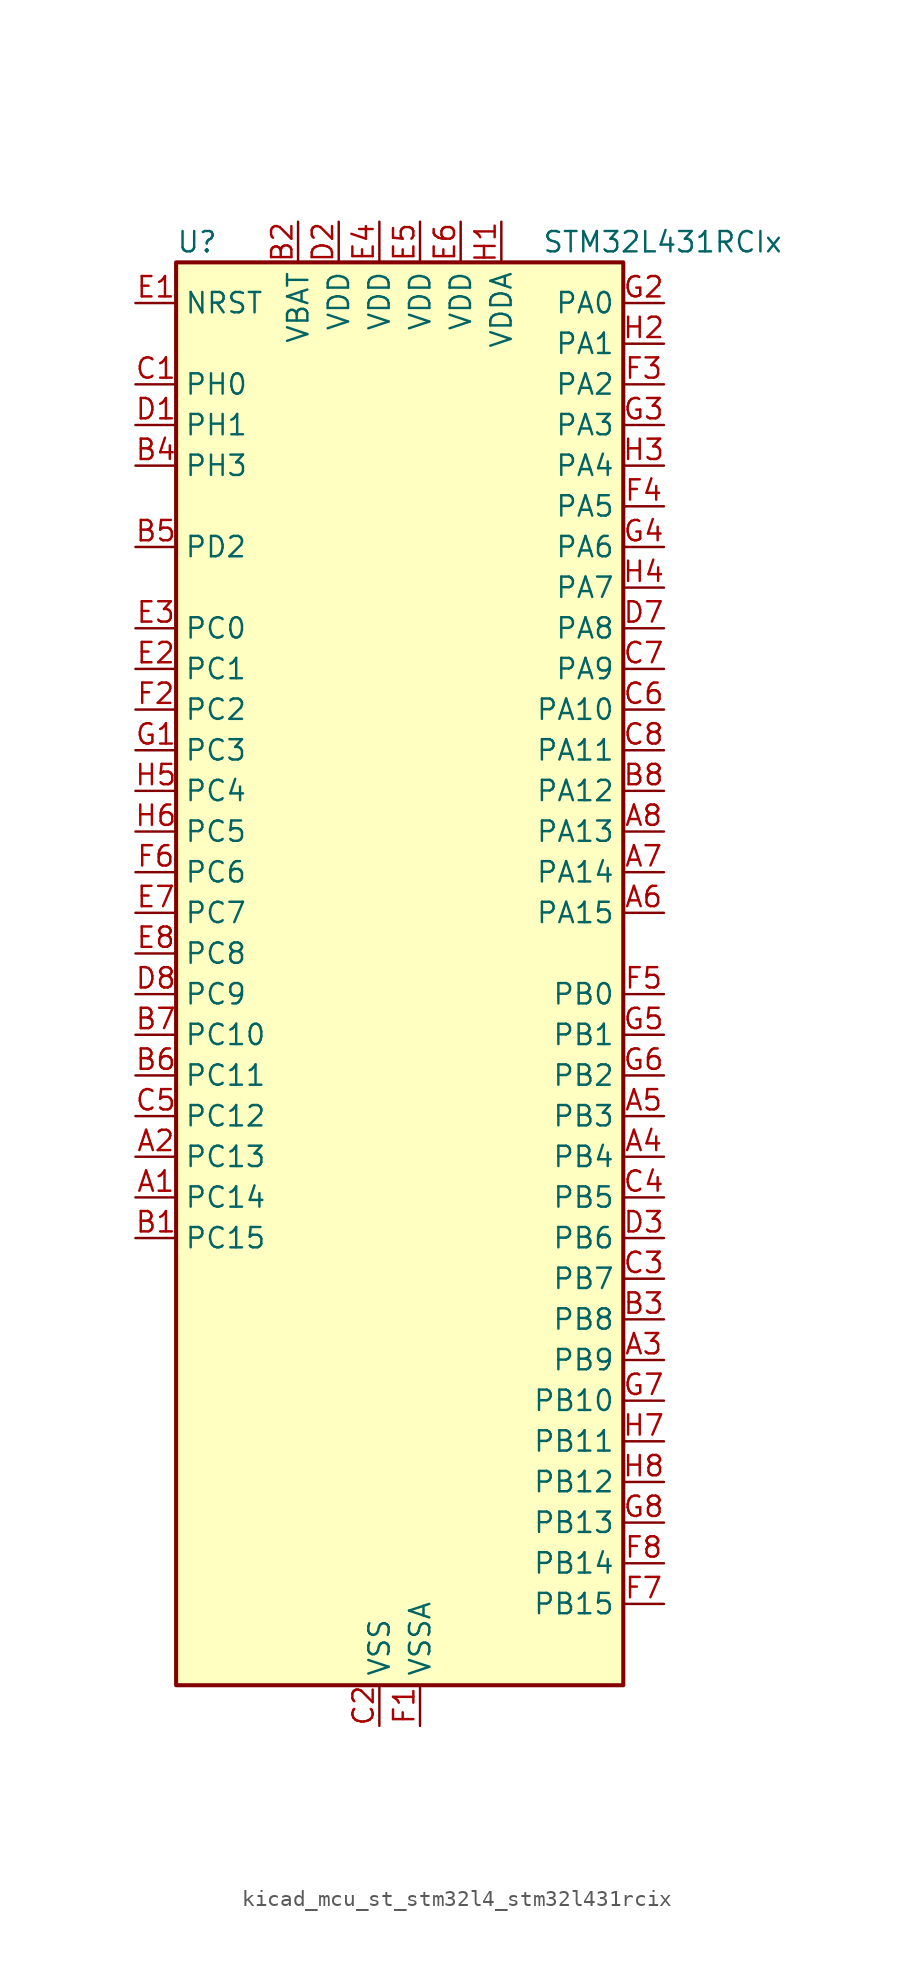
<source format=kicad_sym>
(kicad_symbol_lib
  (version 20220914)
  (generator kicad_symbol_editor)
  (symbol "kicad_mcu_st_stm32l4_stm32l431rcix"
    (property "Reference" "U"
      (at -12.7 46.99 0)
      (effects (font (size 1.27 1.27)) (justify left)))
    (property "Value" "STM32L431RCIx"
      (at 10.16 46.99 0)
      (effects (font (size 1.27 1.27)) (justify left)))
    (property "ki_locked" ""
      (at 0 0 0)
      (effects (font (size 1.27 1.27))))
    (symbol "kicad_mcu_st_stm32l4_stm32l431rcix_0_1"
      (rectangle (start -12.7 -43.18) (end 15.24 45.72) (stroke (width 0.254) (type default)) (fill (type background))))
    (symbol "kicad_mcu_st_stm32l4_stm32l431rcix_1_1"
      (pin bidirectional line (at -15.24 -12.7 0) (length 2.54) (name "PC14" (effects (font (size 1.27 1.27)))) (number "A1" (effects (font (size 1.27 1.27)))) (alternate "RCC_OSC32_IN" bidirectional line))
      (pin bidirectional line (at -15.24 -10.16 0) (length 2.54) (name "PC13" (effects (font (size 1.27 1.27)))) (number "A2" (effects (font (size 1.27 1.27)))) (alternate "RTC_OUT_ALARM" bidirectional line) (alternate "RTC_OUT_CALIB" bidirectional line) (alternate "RTC_TAMP1" bidirectional line) (alternate "RTC_TS" bidirectional line) (alternate "SYS_WKUP2" bidirectional line))
      (pin bidirectional line (at 17.78 -22.86 180) (length 2.54) (name "PB9" (effects (font (size 1.27 1.27)))) (number "A3" (effects (font (size 1.27 1.27)))) (alternate "CAN1_TX" bidirectional line) (alternate "DAC1_EXTI9" bidirectional line) (alternate "I2C1_SDA" bidirectional line) (alternate "IR_OUT" bidirectional line) (alternate "SAI1_FS_A" bidirectional line) (alternate "SDMMC1_D5" bidirectional line) (alternate "SPI2_NSS" bidirectional line))
      (pin bidirectional line (at 17.78 -10.16 180) (length 2.54) (name "PB4" (effects (font (size 1.27 1.27)))) (number "A4" (effects (font (size 1.27 1.27)))) (alternate "COMP2_INP" bidirectional line) (alternate "I2C3_SDA" bidirectional line) (alternate "SAI1_MCLK_B" bidirectional line) (alternate "SPI1_MISO" bidirectional line) (alternate "SPI3_MISO" bidirectional line) (alternate "SYS_JTRST" bidirectional line) (alternate "TSC_G2_IO1" bidirectional line) (alternate "USART1_CTS" bidirectional line))
      (pin bidirectional line (at 17.78 -7.62 180) (length 2.54) (name "PB3" (effects (font (size 1.27 1.27)))) (number "A5" (effects (font (size 1.27 1.27)))) (alternate "COMP2_INM" bidirectional line) (alternate "SAI1_SCK_B" bidirectional line) (alternate "SPI1_SCK" bidirectional line) (alternate "SPI3_SCK" bidirectional line) (alternate "SYS_JTDO-SWO" bidirectional line) (alternate "TIM2_CH2" bidirectional line) (alternate "USART1_DE" bidirectional line) (alternate "USART1_RTS" bidirectional line))
      (pin bidirectional line (at 17.78 5.08 180) (length 2.54) (name "PA15" (effects (font (size 1.27 1.27)))) (number "A6" (effects (font (size 1.27 1.27)))) (alternate "ADC1_EXTI15" bidirectional line) (alternate "SPI1_NSS" bidirectional line) (alternate "SPI3_NSS" bidirectional line) (alternate "SWPMI1_SUSPEND" bidirectional line) (alternate "SYS_JTDI" bidirectional line) (alternate "TIM2_CH1" bidirectional line) (alternate "TIM2_ETR" bidirectional line) (alternate "TSC_G3_IO1" bidirectional line) (alternate "USART2_RX" bidirectional line) (alternate "USART3_DE" bidirectional line) (alternate "USART3_RTS" bidirectional line))
      (pin bidirectional line (at 17.78 7.62 180) (length 2.54) (name "PA14" (effects (font (size 1.27 1.27)))) (number "A7" (effects (font (size 1.27 1.27)))) (alternate "I2C1_SMBA" bidirectional line) (alternate "LPTIM1_OUT" bidirectional line) (alternate "SAI1_FS_B" bidirectional line) (alternate "SWPMI1_RX" bidirectional line) (alternate "SYS_JTCK-SWCLK" bidirectional line))
      (pin bidirectional line (at 17.78 10.16 180) (length 2.54) (name "PA13" (effects (font (size 1.27 1.27)))) (number "A8" (effects (font (size 1.27 1.27)))) (alternate "IR_OUT" bidirectional line) (alternate "SAI1_SD_B" bidirectional line) (alternate "SWPMI1_TX" bidirectional line) (alternate "SYS_JTMS-SWDIO" bidirectional line))
      (pin bidirectional line (at -15.24 -15.24 0) (length 2.54) (name "PC15" (effects (font (size 1.27 1.27)))) (number "B1" (effects (font (size 1.27 1.27)))) (alternate "ADC1_EXTI15" bidirectional line) (alternate "RCC_OSC32_OUT" bidirectional line))
      (pin power_in line (at -5.08 48.26 270) (length 2.54) (name "VBAT" (effects (font (size 1.27 1.27)))) (number "B2" (effects (font (size 1.27 1.27)))))
      (pin bidirectional line (at 17.78 -20.32 180) (length 2.54) (name "PB8" (effects (font (size 1.27 1.27)))) (number "B3" (effects (font (size 1.27 1.27)))) (alternate "CAN1_RX" bidirectional line) (alternate "I2C1_SCL" bidirectional line) (alternate "SAI1_MCLK_A" bidirectional line) (alternate "SDMMC1_D4" bidirectional line) (alternate "TIM16_CH1" bidirectional line))
      (pin bidirectional line (at -15.24 33.02 0) (length 2.54) (name "PH3" (effects (font (size 1.27 1.27)))) (number "B4" (effects (font (size 1.27 1.27)))))
      (pin bidirectional line (at -15.24 27.94 0) (length 2.54) (name "PD2" (effects (font (size 1.27 1.27)))) (number "B5" (effects (font (size 1.27 1.27)))) (alternate "SDMMC1_CMD" bidirectional line) (alternate "TSC_SYNC" bidirectional line) (alternate "USART3_DE" bidirectional line) (alternate "USART3_RTS" bidirectional line))
      (pin bidirectional line (at -15.24 -5.08 0) (length 2.54) (name "PC11" (effects (font (size 1.27 1.27)))) (number "B6" (effects (font (size 1.27 1.27)))) (alternate "ADC1_EXTI11" bidirectional line) (alternate "SDMMC1_D3" bidirectional line) (alternate "SPI3_MISO" bidirectional line) (alternate "TSC_G3_IO3" bidirectional line) (alternate "USART3_RX" bidirectional line))
      (pin bidirectional line (at -15.24 -2.54 0) (length 2.54) (name "PC10" (effects (font (size 1.27 1.27)))) (number "B7" (effects (font (size 1.27 1.27)))) (alternate "SDMMC1_D2" bidirectional line) (alternate "SPI3_SCK" bidirectional line) (alternate "TSC_G3_IO2" bidirectional line) (alternate "USART3_TX" bidirectional line))
      (pin bidirectional line (at 17.78 12.7 180) (length 2.54) (name "PA12" (effects (font (size 1.27 1.27)))) (number "B8" (effects (font (size 1.27 1.27)))) (alternate "CAN1_TX" bidirectional line) (alternate "SPI1_MOSI" bidirectional line) (alternate "TIM1_ETR" bidirectional line) (alternate "USART1_DE" bidirectional line) (alternate "USART1_RTS" bidirectional line))
      (pin bidirectional line (at -15.24 38.1 0) (length 2.54) (name "PH0" (effects (font (size 1.27 1.27)))) (number "C1" (effects (font (size 1.27 1.27)))) (alternate "RCC_OSC_IN" bidirectional line))
      (pin power_in line (at 0 -45.72 90) (length 2.54) (name "VSS" (effects (font (size 1.27 1.27)))) (number "C2" (effects (font (size 1.27 1.27)))))
      (pin bidirectional line (at 17.78 -17.78 180) (length 2.54) (name "PB7" (effects (font (size 1.27 1.27)))) (number "C3" (effects (font (size 1.27 1.27)))) (alternate "COMP2_INM" bidirectional line) (alternate "I2C1_SDA" bidirectional line) (alternate "LPTIM1_IN2" bidirectional line) (alternate "SYS_PVD_IN" bidirectional line) (alternate "TSC_G2_IO4" bidirectional line) (alternate "USART1_RX" bidirectional line))
      (pin bidirectional line (at 17.78 -12.7 180) (length 2.54) (name "PB5" (effects (font (size 1.27 1.27)))) (number "C4" (effects (font (size 1.27 1.27)))) (alternate "COMP2_OUT" bidirectional line) (alternate "I2C1_SMBA" bidirectional line) (alternate "LPTIM1_IN1" bidirectional line) (alternate "SAI1_SD_B" bidirectional line) (alternate "SPI1_MOSI" bidirectional line) (alternate "SPI3_MOSI" bidirectional line) (alternate "TIM16_BKIN" bidirectional line) (alternate "TSC_G2_IO2" bidirectional line) (alternate "USART1_CK" bidirectional line))
      (pin bidirectional line (at -15.24 -7.62 0) (length 2.54) (name "PC12" (effects (font (size 1.27 1.27)))) (number "C5" (effects (font (size 1.27 1.27)))) (alternate "SDMMC1_CK" bidirectional line) (alternate "SPI3_MOSI" bidirectional line) (alternate "TSC_G3_IO4" bidirectional line) (alternate "USART3_CK" bidirectional line))
      (pin bidirectional line (at 17.78 17.78 180) (length 2.54) (name "PA10" (effects (font (size 1.27 1.27)))) (number "C6" (effects (font (size 1.27 1.27)))) (alternate "I2C1_SDA" bidirectional line) (alternate "SAI1_SD_A" bidirectional line) (alternate "TIM1_CH3" bidirectional line) (alternate "USART1_RX" bidirectional line))
      (pin bidirectional line (at 17.78 20.32 180) (length 2.54) (name "PA9" (effects (font (size 1.27 1.27)))) (number "C7" (effects (font (size 1.27 1.27)))) (alternate "DAC1_EXTI9" bidirectional line) (alternate "I2C1_SCL" bidirectional line) (alternate "SAI1_FS_A" bidirectional line) (alternate "TIM15_BKIN" bidirectional line) (alternate "TIM1_CH2" bidirectional line) (alternate "USART1_TX" bidirectional line))
      (pin bidirectional line (at 17.78 15.24 180) (length 2.54) (name "PA11" (effects (font (size 1.27 1.27)))) (number "C8" (effects (font (size 1.27 1.27)))) (alternate "ADC1_EXTI11" bidirectional line) (alternate "CAN1_RX" bidirectional line) (alternate "COMP1_OUT" bidirectional line) (alternate "SPI1_MISO" bidirectional line) (alternate "TIM1_BKIN2" bidirectional line) (alternate "TIM1_BKIN2_COMP1" bidirectional line) (alternate "TIM1_CH4" bidirectional line) (alternate "USART1_CTS" bidirectional line))
      (pin bidirectional line (at -15.24 35.56 0) (length 2.54) (name "PH1" (effects (font (size 1.27 1.27)))) (number "D1" (effects (font (size 1.27 1.27)))) (alternate "RCC_OSC_OUT" bidirectional line))
      (pin power_in line (at -2.54 48.26 270) (length 2.54) (name "VDD" (effects (font (size 1.27 1.27)))) (number "D2" (effects (font (size 1.27 1.27)))))
      (pin bidirectional line (at 17.78 -15.24 180) (length 2.54) (name "PB6" (effects (font (size 1.27 1.27)))) (number "D3" (effects (font (size 1.27 1.27)))) (alternate "COMP2_INP" bidirectional line) (alternate "I2C1_SCL" bidirectional line) (alternate "LPTIM1_ETR" bidirectional line) (alternate "SAI1_FS_B" bidirectional line) (alternate "TIM16_CH1N" bidirectional line) (alternate "TSC_G2_IO3" bidirectional line) (alternate "USART1_TX" bidirectional line))
      (pin passive line (at 0 -45.72 90) (length 2.54) hide (name "VSS" (effects (font (size 1.27 1.27)))) (number "D4" (effects (font (size 1.27 1.27)))))
      (pin passive line (at 0 -45.72 90) (length 2.54) hide (name "VSS" (effects (font (size 1.27 1.27)))) (number "D5" (effects (font (size 1.27 1.27)))))
      (pin passive line (at 0 -45.72 90) (length 2.54) hide (name "VSS" (effects (font (size 1.27 1.27)))) (number "D6" (effects (font (size 1.27 1.27)))))
      (pin bidirectional line (at 17.78 22.86 180) (length 2.54) (name "PA8" (effects (font (size 1.27 1.27)))) (number "D7" (effects (font (size 1.27 1.27)))) (alternate "LPTIM2_OUT" bidirectional line) (alternate "RCC_MCO" bidirectional line) (alternate "SAI1_SCK_A" bidirectional line) (alternate "SWPMI1_IO" bidirectional line) (alternate "TIM1_CH1" bidirectional line) (alternate "USART1_CK" bidirectional line))
      (pin bidirectional line (at -15.24 0 0) (length 2.54) (name "PC9" (effects (font (size 1.27 1.27)))) (number "D8" (effects (font (size 1.27 1.27)))) (alternate "DAC1_EXTI9" bidirectional line) (alternate "SDMMC1_D1" bidirectional line) (alternate "TSC_G4_IO4" bidirectional line))
      (pin input line (at -15.24 43.18 0) (length 2.54) (name "NRST" (effects (font (size 1.27 1.27)))) (number "E1" (effects (font (size 1.27 1.27)))))
      (pin bidirectional line (at -15.24 20.32 0) (length 2.54) (name "PC1" (effects (font (size 1.27 1.27)))) (number "E2" (effects (font (size 1.27 1.27)))) (alternate "ADC1_IN2" bidirectional line) (alternate "I2C3_SDA" bidirectional line) (alternate "LPTIM1_OUT" bidirectional line) (alternate "LPUART1_TX" bidirectional line))
      (pin bidirectional line (at -15.24 22.86 0) (length 2.54) (name "PC0" (effects (font (size 1.27 1.27)))) (number "E3" (effects (font (size 1.27 1.27)))) (alternate "ADC1_IN1" bidirectional line) (alternate "I2C3_SCL" bidirectional line) (alternate "LPTIM1_IN1" bidirectional line) (alternate "LPTIM2_IN1" bidirectional line) (alternate "LPUART1_RX" bidirectional line))
      (pin power_in line (at 0 48.26 270) (length 2.54) (name "VDD" (effects (font (size 1.27 1.27)))) (number "E4" (effects (font (size 1.27 1.27)))))
      (pin power_in line (at 2.54 48.26 270) (length 2.54) (name "VDD" (effects (font (size 1.27 1.27)))) (number "E5" (effects (font (size 1.27 1.27)))))
      (pin power_in line (at 5.08 48.26 270) (length 2.54) (name "VDD" (effects (font (size 1.27 1.27)))) (number "E6" (effects (font (size 1.27 1.27)))))
      (pin bidirectional line (at -15.24 5.08 0) (length 2.54) (name "PC7" (effects (font (size 1.27 1.27)))) (number "E7" (effects (font (size 1.27 1.27)))) (alternate "SDMMC1_D7" bidirectional line) (alternate "TSC_G4_IO2" bidirectional line))
      (pin bidirectional line (at -15.24 2.54 0) (length 2.54) (name "PC8" (effects (font (size 1.27 1.27)))) (number "E8" (effects (font (size 1.27 1.27)))) (alternate "SDMMC1_D0" bidirectional line) (alternate "TSC_G4_IO3" bidirectional line))
      (pin power_in line (at 2.54 -45.72 90) (length 2.54) (name "VSSA" (effects (font (size 1.27 1.27)))) (number "F1" (effects (font (size 1.27 1.27)))))
      (pin bidirectional line (at -15.24 17.78 0) (length 2.54) (name "PC2" (effects (font (size 1.27 1.27)))) (number "F2" (effects (font (size 1.27 1.27)))) (alternate "ADC1_IN3" bidirectional line) (alternate "LPTIM1_IN2" bidirectional line) (alternate "SPI2_MISO" bidirectional line))
      (pin bidirectional line (at 17.78 38.1 180) (length 2.54) (name "PA2" (effects (font (size 1.27 1.27)))) (number "F3" (effects (font (size 1.27 1.27)))) (alternate "ADC1_IN7" bidirectional line) (alternate "COMP2_INM" bidirectional line) (alternate "COMP2_OUT" bidirectional line) (alternate "LPUART1_TX" bidirectional line) (alternate "QUADSPI_BK1_NCS" bidirectional line) (alternate "RCC_LSCO" bidirectional line) (alternate "SYS_WKUP4" bidirectional line) (alternate "TIM15_CH1" bidirectional line) (alternate "TIM2_CH3" bidirectional line) (alternate "USART2_TX" bidirectional line))
      (pin bidirectional line (at 17.78 30.48 180) (length 2.54) (name "PA5" (effects (font (size 1.27 1.27)))) (number "F4" (effects (font (size 1.27 1.27)))) (alternate "ADC1_IN10" bidirectional line) (alternate "COMP1_INM" bidirectional line) (alternate "COMP2_INM" bidirectional line) (alternate "DAC1_OUT2" bidirectional line) (alternate "LPTIM2_ETR" bidirectional line) (alternate "SPI1_SCK" bidirectional line) (alternate "TIM2_CH1" bidirectional line) (alternate "TIM2_ETR" bidirectional line))
      (pin bidirectional line (at 17.78 0 180) (length 2.54) (name "PB0" (effects (font (size 1.27 1.27)))) (number "F5" (effects (font (size 1.27 1.27)))) (alternate "ADC1_IN15" bidirectional line) (alternate "COMP1_OUT" bidirectional line) (alternate "QUADSPI_BK1_IO1" bidirectional line) (alternate "SAI1_EXTCLK" bidirectional line) (alternate "SPI1_NSS" bidirectional line) (alternate "TIM1_CH2N" bidirectional line) (alternate "USART3_CK" bidirectional line))
      (pin bidirectional line (at -15.24 7.62 0) (length 2.54) (name "PC6" (effects (font (size 1.27 1.27)))) (number "F6" (effects (font (size 1.27 1.27)))) (alternate "SDMMC1_D6" bidirectional line) (alternate "TSC_G4_IO1" bidirectional line))
      (pin bidirectional line (at 17.78 -38.1 180) (length 2.54) (name "PB15" (effects (font (size 1.27 1.27)))) (number "F7" (effects (font (size 1.27 1.27)))) (alternate "ADC1_EXTI15" bidirectional line) (alternate "RTC_REFIN" bidirectional line) (alternate "SAI1_SD_A" bidirectional line) (alternate "SPI2_MOSI" bidirectional line) (alternate "SWPMI1_SUSPEND" bidirectional line) (alternate "TIM15_CH2" bidirectional line) (alternate "TIM1_CH3N" bidirectional line) (alternate "TSC_G1_IO4" bidirectional line))
      (pin bidirectional line (at 17.78 -35.56 180) (length 2.54) (name "PB14" (effects (font (size 1.27 1.27)))) (number "F8" (effects (font (size 1.27 1.27)))) (alternate "I2C2_SDA" bidirectional line) (alternate "SAI1_MCLK_A" bidirectional line) (alternate "SPI2_MISO" bidirectional line) (alternate "SWPMI1_RX" bidirectional line) (alternate "TIM15_CH1" bidirectional line) (alternate "TIM1_CH2N" bidirectional line) (alternate "TSC_G1_IO3" bidirectional line) (alternate "USART3_DE" bidirectional line) (alternate "USART3_RTS" bidirectional line))
      (pin bidirectional line (at -15.24 15.24 0) (length 2.54) (name "PC3" (effects (font (size 1.27 1.27)))) (number "G1" (effects (font (size 1.27 1.27)))) (alternate "ADC1_IN4" bidirectional line) (alternate "LPTIM1_ETR" bidirectional line) (alternate "LPTIM2_ETR" bidirectional line) (alternate "SAI1_SD_A" bidirectional line) (alternate "SPI2_MOSI" bidirectional line))
      (pin bidirectional line (at 17.78 43.18 180) (length 2.54) (name "PA0" (effects (font (size 1.27 1.27)))) (number "G2" (effects (font (size 1.27 1.27)))) (alternate "ADC1_IN5" bidirectional line) (alternate "COMP1_INM" bidirectional line) (alternate "COMP1_OUT" bidirectional line) (alternate "OPAMP1_VINP" bidirectional line) (alternate "RTC_TAMP2" bidirectional line) (alternate "SAI1_EXTCLK" bidirectional line) (alternate "SYS_WKUP1" bidirectional line) (alternate "TIM2_CH1" bidirectional line) (alternate "TIM2_ETR" bidirectional line) (alternate "USART2_CTS" bidirectional line))
      (pin bidirectional line (at 17.78 35.56 180) (length 2.54) (name "PA3" (effects (font (size 1.27 1.27)))) (number "G3" (effects (font (size 1.27 1.27)))) (alternate "ADC1_IN8" bidirectional line) (alternate "COMP2_INP" bidirectional line) (alternate "LPUART1_RX" bidirectional line) (alternate "OPAMP1_VOUT" bidirectional line) (alternate "QUADSPI_CLK" bidirectional line) (alternate "SAI1_MCLK_A" bidirectional line) (alternate "TIM15_CH2" bidirectional line) (alternate "TIM2_CH4" bidirectional line) (alternate "USART2_RX" bidirectional line))
      (pin bidirectional line (at 17.78 27.94 180) (length 2.54) (name "PA6" (effects (font (size 1.27 1.27)))) (number "G4" (effects (font (size 1.27 1.27)))) (alternate "ADC1_IN11" bidirectional line) (alternate "COMP1_OUT" bidirectional line) (alternate "LPUART1_CTS" bidirectional line) (alternate "QUADSPI_BK1_IO3" bidirectional line) (alternate "SPI1_MISO" bidirectional line) (alternate "TIM16_CH1" bidirectional line) (alternate "TIM1_BKIN" bidirectional line) (alternate "TIM1_BKIN_COMP2" bidirectional line) (alternate "USART3_CTS" bidirectional line))
      (pin bidirectional line (at 17.78 -2.54 180) (length 2.54) (name "PB1" (effects (font (size 1.27 1.27)))) (number "G5" (effects (font (size 1.27 1.27)))) (alternate "ADC1_IN16" bidirectional line) (alternate "COMP1_INM" bidirectional line) (alternate "LPTIM2_IN1" bidirectional line) (alternate "LPUART1_DE" bidirectional line) (alternate "LPUART1_RTS" bidirectional line) (alternate "QUADSPI_BK1_IO0" bidirectional line) (alternate "TIM1_CH3N" bidirectional line) (alternate "USART3_DE" bidirectional line) (alternate "USART3_RTS" bidirectional line))
      (pin bidirectional line (at 17.78 -5.08 180) (length 2.54) (name "PB2" (effects (font (size 1.27 1.27)))) (number "G6" (effects (font (size 1.27 1.27)))) (alternate "COMP1_INP" bidirectional line) (alternate "I2C3_SMBA" bidirectional line) (alternate "LPTIM1_OUT" bidirectional line) (alternate "RTC_OUT_ALARM" bidirectional line) (alternate "RTC_OUT_CALIB" bidirectional line))
      (pin bidirectional line (at 17.78 -25.4 180) (length 2.54) (name "PB10" (effects (font (size 1.27 1.27)))) (number "G7" (effects (font (size 1.27 1.27)))) (alternate "COMP1_OUT" bidirectional line) (alternate "I2C2_SCL" bidirectional line) (alternate "LPUART1_RX" bidirectional line) (alternate "QUADSPI_CLK" bidirectional line) (alternate "SAI1_SCK_A" bidirectional line) (alternate "SPI2_SCK" bidirectional line) (alternate "TIM2_CH3" bidirectional line) (alternate "TSC_SYNC" bidirectional line) (alternate "USART3_TX" bidirectional line))
      (pin bidirectional line (at 17.78 -33.02 180) (length 2.54) (name "PB13" (effects (font (size 1.27 1.27)))) (number "G8" (effects (font (size 1.27 1.27)))) (alternate "I2C2_SCL" bidirectional line) (alternate "LPUART1_CTS" bidirectional line) (alternate "SAI1_SCK_A" bidirectional line) (alternate "SPI2_SCK" bidirectional line) (alternate "SWPMI1_TX" bidirectional line) (alternate "TIM15_CH1N" bidirectional line) (alternate "TIM1_CH1N" bidirectional line) (alternate "TSC_G1_IO2" bidirectional line) (alternate "USART3_CTS" bidirectional line))
      (pin power_in line (at 7.62 48.26 270) (length 2.54) (name "VDDA" (effects (font (size 1.27 1.27)))) (number "H1" (effects (font (size 1.27 1.27)))))
      (pin bidirectional line (at 17.78 40.64 180) (length 2.54) (name "PA1" (effects (font (size 1.27 1.27)))) (number "H2" (effects (font (size 1.27 1.27)))) (alternate "ADC1_IN6" bidirectional line) (alternate "COMP1_INP" bidirectional line) (alternate "I2C1_SMBA" bidirectional line) (alternate "OPAMP1_VINM" bidirectional line) (alternate "SPI1_SCK" bidirectional line) (alternate "TIM15_CH1N" bidirectional line) (alternate "TIM2_CH2" bidirectional line) (alternate "USART2_DE" bidirectional line) (alternate "USART2_RTS" bidirectional line))
      (pin bidirectional line (at 17.78 33.02 180) (length 2.54) (name "PA4" (effects (font (size 1.27 1.27)))) (number "H3" (effects (font (size 1.27 1.27)))) (alternate "ADC1_IN9" bidirectional line) (alternate "COMP1_INM" bidirectional line) (alternate "COMP2_INM" bidirectional line) (alternate "DAC1_OUT1" bidirectional line) (alternate "LPTIM2_OUT" bidirectional line) (alternate "SAI1_FS_B" bidirectional line) (alternate "SPI1_NSS" bidirectional line) (alternate "SPI3_NSS" bidirectional line) (alternate "USART2_CK" bidirectional line))
      (pin bidirectional line (at 17.78 25.4 180) (length 2.54) (name "PA7" (effects (font (size 1.27 1.27)))) (number "H4" (effects (font (size 1.27 1.27)))) (alternate "ADC1_IN12" bidirectional line) (alternate "COMP2_OUT" bidirectional line) (alternate "I2C3_SCL" bidirectional line) (alternate "QUADSPI_BK1_IO2" bidirectional line) (alternate "SPI1_MOSI" bidirectional line) (alternate "TIM1_CH1N" bidirectional line))
      (pin bidirectional line (at -15.24 12.7 0) (length 2.54) (name "PC4" (effects (font (size 1.27 1.27)))) (number "H5" (effects (font (size 1.27 1.27)))) (alternate "ADC1_IN13" bidirectional line) (alternate "COMP1_INM" bidirectional line) (alternate "USART3_TX" bidirectional line))
      (pin bidirectional line (at -15.24 10.16 0) (length 2.54) (name "PC5" (effects (font (size 1.27 1.27)))) (number "H6" (effects (font (size 1.27 1.27)))) (alternate "ADC1_IN14" bidirectional line) (alternate "COMP1_INP" bidirectional line) (alternate "SYS_WKUP5" bidirectional line) (alternate "USART3_RX" bidirectional line))
      (pin bidirectional line (at 17.78 -27.94 180) (length 2.54) (name "PB11" (effects (font (size 1.27 1.27)))) (number "H7" (effects (font (size 1.27 1.27)))) (alternate "ADC1_EXTI11" bidirectional line) (alternate "COMP2_OUT" bidirectional line) (alternate "I2C2_SDA" bidirectional line) (alternate "LPUART1_TX" bidirectional line) (alternate "QUADSPI_BK1_NCS" bidirectional line) (alternate "TIM2_CH4" bidirectional line) (alternate "USART3_RX" bidirectional line))
      (pin bidirectional line (at 17.78 -30.48 180) (length 2.54) (name "PB12" (effects (font (size 1.27 1.27)))) (number "H8" (effects (font (size 1.27 1.27)))) (alternate "I2C2_SMBA" bidirectional line) (alternate "LPUART1_DE" bidirectional line) (alternate "LPUART1_RTS" bidirectional line) (alternate "SAI1_FS_A" bidirectional line) (alternate "SPI2_NSS" bidirectional line) (alternate "SWPMI1_IO" bidirectional line) (alternate "TIM15_BKIN" bidirectional line) (alternate "TIM1_BKIN" bidirectional line) (alternate "TIM1_BKIN_COMP2" bidirectional line) (alternate "TSC_G1_IO1" bidirectional line) (alternate "USART3_CK" bidirectional line)))))
</source>
